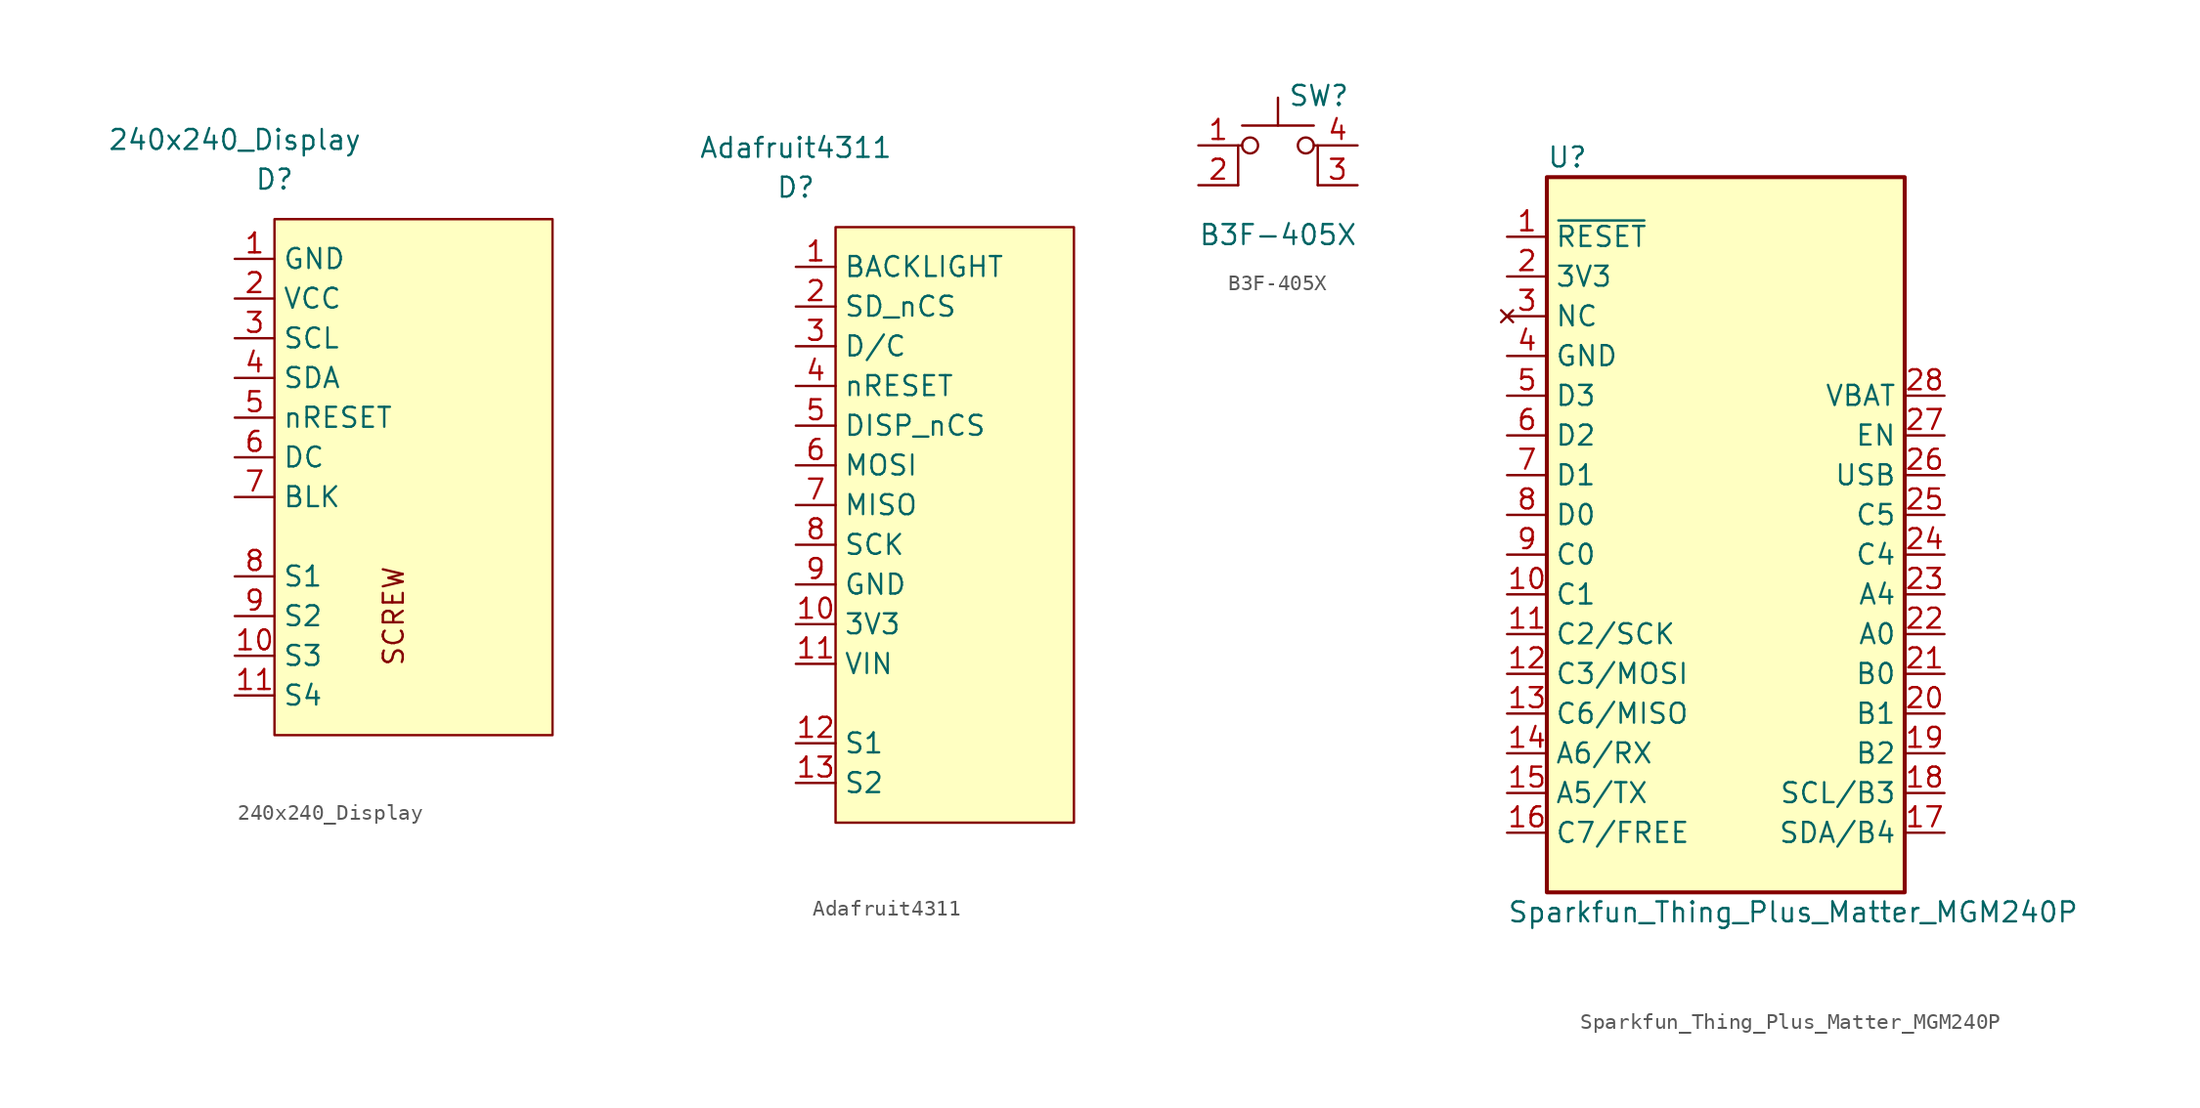
<source format=kicad_sym>
(kicad_symbol_lib
  (version 20220914)
  (generator kicad_symbol_editor)
  (symbol "240x240_Display"
    (property "Reference" "D"
      (at 2.54 -2.54 0)
      (effects (font (size 1.27 1.27))))
    (property "Value" "240x240_Display"
      (at 0 0 0)
      (effects (font (size 1.27 1.27))))
    (symbol "240x240_Display_0_0"
      (text "SCREW" (at 10.16 -30.48 900) (effects (font (size 1.27 1.27)))))
    (symbol "240x240_Display_0_1"
      (rectangle (start 2.54 -5.08) (end 20.32 -38.1) (stroke (width 0.152) (type default)) (fill (type background))))
    (symbol "240x240_Display_1_1"
      (pin power_in line (at 0 -7.62 0) (length 2.54) (name "GND" (effects (font (size 1.27 1.27)))) (number "1" (effects (font (size 1.27 1.27)))))
      (pin input line (at 0 -33.02 0) (length 2.54) (name "S3" (effects (font (size 1.27 1.27)))) (number "10" (effects (font (size 1.27 1.27)))))
      (pin input line (at 0 -35.56 0) (length 2.54) (name "S4" (effects (font (size 1.27 1.27)))) (number "11" (effects (font (size 1.27 1.27)))))
      (pin power_in line (at 0 -10.16 0) (length 2.54) (name "VCC" (effects (font (size 1.27 1.27)))) (number "2" (effects (font (size 1.27 1.27)))))
      (pin open_collector line (at 0 -12.7 0) (length 2.54) (name "SCL" (effects (font (size 1.27 1.27)))) (number "3" (effects (font (size 1.27 1.27)))))
      (pin open_collector line (at 0 -15.24 0) (length 2.54) (name "SDA" (effects (font (size 1.27 1.27)))) (number "4" (effects (font (size 1.27 1.27)))))
      (pin input line (at 0 -17.78 0) (length 2.54) (name "nRESET" (effects (font (size 1.27 1.27)))) (number "5" (effects (font (size 1.27 1.27)))))
      (pin input line (at 0 -20.32 0) (length 2.54) (name "DC" (effects (font (size 1.27 1.27)))) (number "6" (effects (font (size 1.27 1.27)))))
      (pin input line (at 0 -22.86 0) (length 2.54) (name "BLK" (effects (font (size 1.27 1.27)))) (number "7" (effects (font (size 1.27 1.27)))))
      (pin input line (at 0 -27.94 0) (length 2.54) (name "S1" (effects (font (size 1.27 1.27)))) (number "8" (effects (font (size 1.27 1.27)))))
      (pin input line (at 0 -30.48 0) (length 2.54) (name "S2" (effects (font (size 1.27 1.27)))) (number "9" (effects (font (size 1.27 1.27)))))))
  (symbol "Adafruit4311"
    (property "Reference" "D"
      (at 0 5.08 0)
      (effects (font (size 1.27 1.27))))
    (property "Value" "Adafruit4311"
      (at 0 7.62 0)
      (effects (font (size 1.27 1.27))))
    (symbol "Adafruit4311_0_1"
      (rectangle (start 2.54 2.54) (end 17.78 -35.56) (stroke (width 0.152) (type default)) (fill (type background))))
    (symbol "Adafruit4311_1_1"
      (pin input line (at 0 0 0) (length 2.54) (name "BACKLIGHT" (effects (font (size 1.27 1.27)))) (number "1" (effects (font (size 1.27 1.27)))))
      (pin input line (at 0 -22.86 0) (length 2.54) (name "3V3" (effects (font (size 1.27 1.27)))) (number "10" (effects (font (size 1.27 1.27)))))
      (pin input line (at 0 -25.4 0) (length 2.54) (name "VIN" (effects (font (size 1.27 1.27)))) (number "11" (effects (font (size 1.27 1.27)))))
      (pin passive line (at 0 -30.48 0) (length 2.54) (name "S1" (effects (font (size 1.27 1.27)))) (number "12" (effects (font (size 1.27 1.27)))))
      (pin passive line (at 0 -33.02 0) (length 2.54) (name "S2" (effects (font (size 1.27 1.27)))) (number "13" (effects (font (size 1.27 1.27)))))
      (pin input line (at 0 -2.54 0) (length 2.54) (name "SD_nCS" (effects (font (size 1.27 1.27)))) (number "2" (effects (font (size 1.27 1.27)))))
      (pin input line (at 0 -5.08 0) (length 2.54) (name "D/C" (effects (font (size 1.27 1.27)))) (number "3" (effects (font (size 1.27 1.27)))))
      (pin input line (at 0 -7.62 0) (length 2.54) (name "nRESET" (effects (font (size 1.27 1.27)))) (number "4" (effects (font (size 1.27 1.27)))))
      (pin input line (at 0 -10.16 0) (length 2.54) (name "DISP_nCS" (effects (font (size 1.27 1.27)))) (number "5" (effects (font (size 1.27 1.27)))))
      (pin input line (at 0 -12.7 0) (length 2.54) (name "MOSI" (effects (font (size 1.27 1.27)))) (number "6" (effects (font (size 1.27 1.27)))))
      (pin tri_state line (at 0 -15.24 0) (length 2.54) (name "MISO" (effects (font (size 1.27 1.27)))) (number "7" (effects (font (size 1.27 1.27)))))
      (pin input line (at 0 -17.78 0) (length 2.54) (name "SCK" (effects (font (size 1.27 1.27)))) (number "8" (effects (font (size 1.27 1.27)))))
      (pin input line (at 0 -20.32 0) (length 2.54) (name "GND" (effects (font (size 1.27 1.27)))) (number "9" (effects (font (size 1.27 1.27)))))))
  (symbol "B3F-405X"
    (pin_names
      (offset 1.016) hide)
    (property "Reference" "SW"
      (at 0.635 5.715 0)
      (effects (font (size 1.27 1.27)) (justify left)))
    (property "Value" "B3F-405X"
      (at 0 -3.175 0)
      (effects (font (size 1.27 1.27))))
    (symbol "B3F-405X_0_1"
      (circle (center -1.778 2.54) (radius 0.508) (stroke (width 0) (type default)) (fill (type none)))
      (polyline (pts (xy -2.286 3.81) (xy 2.286 3.81)) (stroke (width 0) (type default)) (fill (type none)))
      (polyline (pts (xy 0 3.81) (xy 0 5.588)) (stroke (width 0) (type default)) (fill (type none)))
      (polyline (pts (xy -2.54 0) (xy -2.54 2.54) (xy -2.286 2.54)) (stroke (width 0) (type default)) (fill (type none)))
      (polyline (pts (xy 2.54 0) (xy 2.54 2.54) (xy 2.286 2.54)) (stroke (width 0) (type default)) (fill (type none)))
      (circle (center 1.778 2.54) (radius 0.508) (stroke (width 0) (type default)) (fill (type none)))
      (pin passive line (at -5.08 2.54 0) (length 2.54) (name "1" (effects (font (size 1.27 1.27)))) (number "1" (effects (font (size 1.27 1.27)))))
      (pin passive line (at -5.08 0 0) (length 2.54) (name "2" (effects (font (size 1.27 1.27)))) (number "2" (effects (font (size 1.27 1.27)))))
      (pin passive line (at 5.08 0 180) (length 2.54) (name "K" (effects (font (size 1.27 1.27)))) (number "3" (effects (font (size 1.27 1.27)))))
      (pin passive line (at 5.08 2.54 180) (length 2.54) (name "A" (effects (font (size 1.27 1.27)))) (number "4" (effects (font (size 1.27 1.27)))))))
  (symbol "Sparkfun_Thing_Plus_Matter_MGM240P"
    (property "Reference" "U"
      (at -10.16 25.4 0)
      (effects (font (size 1.27 1.27)) (justify left)))
    (property "Value" "Sparkfun_Thing_Plus_Matter_MGM240P"
      (at -12.7 -22.86 0)
      (effects (font (size 1.27 1.27)) (justify left)))
    (symbol "Sparkfun_Thing_Plus_Matter_MGM240P_0_1"
      (rectangle (start -10.16 24.13) (end 12.7 -21.59) (stroke (width 0.254) (type default)) (fill (type background))))
    (symbol "Sparkfun_Thing_Plus_Matter_MGM240P_1_1"
      (pin input line (at -12.7 20.32 0) (length 2.54) (name "~{RESET}" (effects (font (size 1.27 1.27)))) (number "1" (effects (font (size 1.27 1.27)))))
      (pin bidirectional line (at -12.7 -2.54 0) (length 2.54) (name "C1" (effects (font (size 1.27 1.27)))) (number "10" (effects (font (size 1.27 1.27)))))
      (pin bidirectional line (at -12.7 -5.08 0) (length 2.54) (name "C2/SCK" (effects (font (size 1.27 1.27)))) (number "11" (effects (font (size 1.27 1.27)))))
      (pin bidirectional line (at -12.7 -7.62 0) (length 2.54) (name "C3/MOSI" (effects (font (size 1.27 1.27)))) (number "12" (effects (font (size 1.27 1.27)))))
      (pin bidirectional line (at -12.7 -10.16 0) (length 2.54) (name "C6/MISO" (effects (font (size 1.27 1.27)))) (number "13" (effects (font (size 1.27 1.27)))))
      (pin bidirectional line (at -12.7 -12.7 0) (length 2.54) (name "A6/RX" (effects (font (size 1.27 1.27)))) (number "14" (effects (font (size 1.27 1.27)))))
      (pin bidirectional line (at -12.7 -15.24 0) (length 2.54) (name "A5/TX" (effects (font (size 1.27 1.27)))) (number "15" (effects (font (size 1.27 1.27)))))
      (pin bidirectional line (at -12.7 -17.78 0) (length 2.54) (name "C7/FREE" (effects (font (size 1.27 1.27)))) (number "16" (effects (font (size 1.27 1.27)))))
      (pin bidirectional line (at 15.24 -17.78 180) (length 2.54) (name "SDA/B4" (effects (font (size 1.27 1.27)))) (number "17" (effects (font (size 1.27 1.27)))))
      (pin bidirectional line (at 15.24 -15.24 180) (length 2.54) (name "SCL/B3" (effects (font (size 1.27 1.27)))) (number "18" (effects (font (size 1.27 1.27)))))
      (pin bidirectional line (at 15.24 -12.7 180) (length 2.54) (name "B2" (effects (font (size 1.27 1.27)))) (number "19" (effects (font (size 1.27 1.27)))))
      (pin power_in line (at -12.7 17.78 0) (length 2.54) (name "3V3" (effects (font (size 1.27 1.27)))) (number "2" (effects (font (size 1.27 1.27)))))
      (pin bidirectional line (at 15.24 -10.16 180) (length 2.54) (name "B1" (effects (font (size 1.27 1.27)))) (number "20" (effects (font (size 1.27 1.27)))))
      (pin bidirectional line (at 15.24 -7.62 180) (length 2.54) (name "B0" (effects (font (size 1.27 1.27)))) (number "21" (effects (font (size 1.27 1.27)))))
      (pin bidirectional line (at 15.24 -5.08 180) (length 2.54) (name "A0" (effects (font (size 1.27 1.27)))) (number "22" (effects (font (size 1.27 1.27)))))
      (pin bidirectional line (at 15.24 -2.54 180) (length 2.54) (name "A4" (effects (font (size 1.27 1.27)))) (number "23" (effects (font (size 1.27 1.27)))))
      (pin bidirectional line (at 15.24 0 180) (length 2.54) (name "C4" (effects (font (size 1.27 1.27)))) (number "24" (effects (font (size 1.27 1.27)))))
      (pin bidirectional line (at 15.24 2.54 180) (length 2.54) (name "C5" (effects (font (size 1.27 1.27)))) (number "25" (effects (font (size 1.27 1.27)))))
      (pin power_in line (at 15.24 5.08 180) (length 2.54) (name "USB" (effects (font (size 1.27 1.27)))) (number "26" (effects (font (size 1.27 1.27)))))
      (pin input line (at 15.24 7.62 180) (length 2.54) (name "EN" (effects (font (size 1.27 1.27)))) (number "27" (effects (font (size 1.27 1.27)))))
      (pin power_in line (at 15.24 10.16 180) (length 2.54) (name "VBAT" (effects (font (size 1.27 1.27)))) (number "28" (effects (font (size 1.27 1.27)))))
      (pin no_connect line (at -12.7 15.24 0) (length 2.54) (name "NC" (effects (font (size 1.27 1.27)))) (number "3" (effects (font (size 1.27 1.27)))))
      (pin power_in line (at -12.7 12.7 0) (length 2.54) (name "GND" (effects (font (size 1.27 1.27)))) (number "4" (effects (font (size 1.27 1.27)))))
      (pin bidirectional line (at -12.7 10.16 0) (length 2.54) (name "D3" (effects (font (size 1.27 1.27)))) (number "5" (effects (font (size 1.27 1.27)))))
      (pin bidirectional line (at -12.7 7.62 0) (length 2.54) (name "D2" (effects (font (size 1.27 1.27)))) (number "6" (effects (font (size 1.27 1.27)))))
      (pin bidirectional line (at -12.7 5.08 0) (length 2.54) (name "D1" (effects (font (size 1.27 1.27)))) (number "7" (effects (font (size 1.27 1.27)))))
      (pin bidirectional line (at -12.7 2.54 0) (length 2.54) (name "D0" (effects (font (size 1.27 1.27)))) (number "8" (effects (font (size 1.27 1.27)))))
      (pin bidirectional line (at -12.7 0 0) (length 2.54) (name "C0" (effects (font (size 1.27 1.27)))) (number "9" (effects (font (size 1.27 1.27))))))))
</source>
